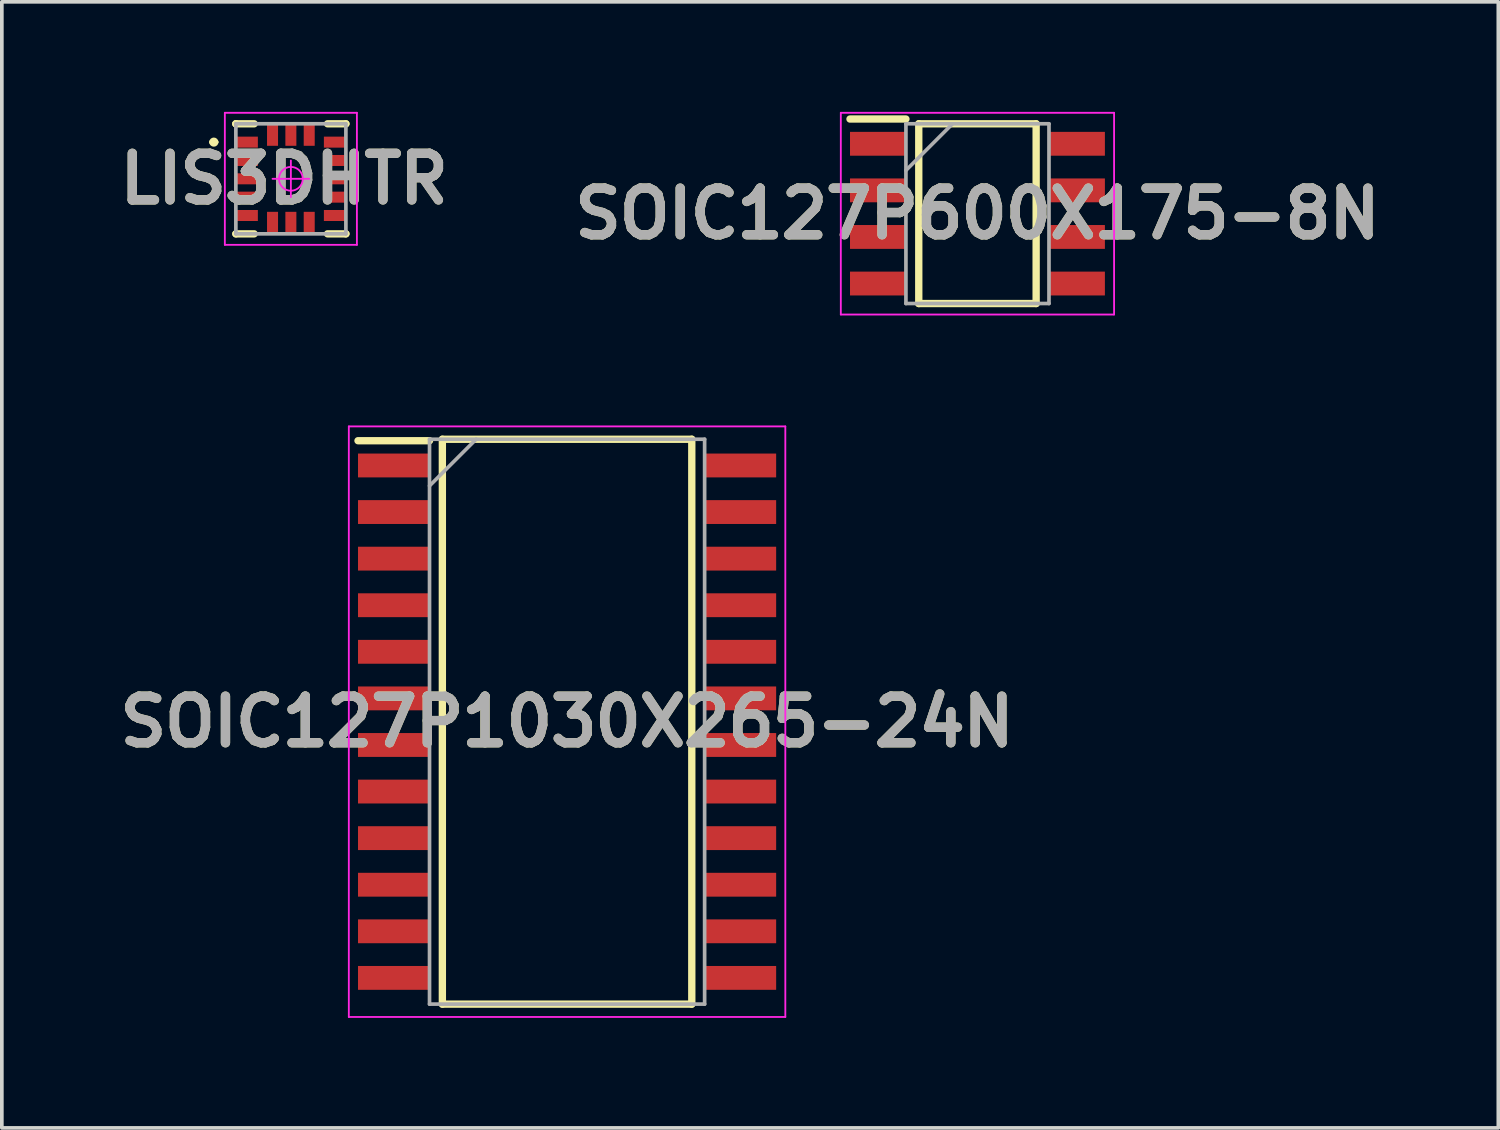
<source format=kicad_pcb>
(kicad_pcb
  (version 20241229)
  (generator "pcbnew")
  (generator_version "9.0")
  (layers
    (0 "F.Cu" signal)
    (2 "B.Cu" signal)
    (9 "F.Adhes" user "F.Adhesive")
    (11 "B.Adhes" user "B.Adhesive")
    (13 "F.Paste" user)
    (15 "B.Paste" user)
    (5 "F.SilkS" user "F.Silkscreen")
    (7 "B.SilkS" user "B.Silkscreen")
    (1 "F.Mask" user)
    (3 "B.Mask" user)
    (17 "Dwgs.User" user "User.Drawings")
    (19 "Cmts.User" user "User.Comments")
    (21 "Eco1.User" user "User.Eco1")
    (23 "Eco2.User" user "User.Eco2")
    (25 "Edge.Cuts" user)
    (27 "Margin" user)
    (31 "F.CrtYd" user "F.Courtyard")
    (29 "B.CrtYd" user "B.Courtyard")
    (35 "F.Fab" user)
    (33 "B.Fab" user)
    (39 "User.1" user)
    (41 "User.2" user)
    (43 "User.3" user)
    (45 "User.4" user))
  (footprint "SOIC127P1030X265-24N"
    (layer "F.Cu")
    (at 12.41 16.625)
    (property "Reference" "SOIC127P1030X265-24N" (at 0 0 0) (layer "F.SilkS") (effects (font (size 1.27 1.27) (thickness 0.254))))
    (attr smd)
    (fp_line (start -5.7 -7.66) (end -3.75 -7.66) (stroke (width 0.2) (type solid)) (layer "F.SilkS"))
    (fp_line (start -3.4 -7.7) (end 3.4 -7.7) (stroke (width 0.2) (type solid)) (layer "F.SilkS"))
    (fp_line (start -3.4 7.7) (end -3.4 -7.7) (stroke (width 0.2) (type solid)) (layer "F.SilkS"))
    (fp_line (start 3.4 -7.7) (end 3.4 7.7) (stroke (width 0.2) (type solid)) (layer "F.SilkS"))
    (fp_line (start 3.4 7.7) (end -3.4 7.7) (stroke (width 0.2) (type solid)) (layer "F.SilkS"))
    (fp_line (start -5.95 -8.05) (end 5.95 -8.05) (stroke (width 0.05) (type solid)) (layer "F.CrtYd"))
    (fp_line (start -5.95 8.05) (end -5.95 -8.05) (stroke (width 0.05) (type solid)) (layer "F.CrtYd"))
    (fp_line (start 5.95 -8.05) (end 5.95 8.05) (stroke (width 0.05) (type solid)) (layer "F.CrtYd"))
    (fp_line (start 5.95 8.05) (end -5.95 8.05) (stroke (width 0.05) (type solid)) (layer "F.CrtYd"))
    (fp_line (start -3.75 -7.7) (end 3.75 -7.7) (stroke (width 0.1) (type solid)) (layer "F.Fab"))
    (fp_line (start -3.75 -6.43) (end -2.48 -7.7) (stroke (width 0.1) (type solid)) (layer "F.Fab"))
    (fp_line (start -3.75 7.7) (end -3.75 -7.7) (stroke (width 0.1) (type solid)) (layer "F.Fab"))
    (fp_line (start 3.75 -7.7) (end 3.75 7.7) (stroke (width 0.1) (type solid)) (layer "F.Fab"))
    (fp_line (start 3.75 7.7) (end -3.75 7.7) (stroke (width 0.1) (type solid)) (layer "F.Fab"))
    (fp_text user "${REFERENCE}" (at 0 0 0) (layer "F.Fab") (effects (font (size 1.27 1.27) (thickness 0.254))))
    (pad "1" smd rect (at -4.725 -6.985 90) (size 0.65 1.95) (layers "F.Cu" "F.Mask" "F.Paste"))
    (pad "2" smd rect (at -4.725 -5.715 90) (size 0.65 1.95) (layers "F.Cu" "F.Mask" "F.Paste"))
    (pad "3" smd rect (at -4.725 -4.445 90) (size 0.65 1.95) (layers "F.Cu" "F.Mask" "F.Paste"))
    (pad "4" smd rect (at -4.725 -3.175 90) (size 0.65 1.95) (layers "F.Cu" "F.Mask" "F.Paste"))
    (pad "5" smd rect (at -4.725 -1.905 90) (size 0.65 1.95) (layers "F.Cu" "F.Mask" "F.Paste"))
    (pad "6" smd rect (at -4.725 -0.635 90) (size 0.65 1.95) (layers "F.Cu" "F.Mask" "F.Paste"))
    (pad "7" smd rect (at -4.725 0.635 90) (size 0.65 1.95) (layers "F.Cu" "F.Mask" "F.Paste"))
    (pad "8" smd rect (at -4.725 1.905 90) (size 0.65 1.95) (layers "F.Cu" "F.Mask" "F.Paste"))
    (pad "9" smd rect (at -4.725 3.175 90) (size 0.65 1.95) (layers "F.Cu" "F.Mask" "F.Paste"))
    (pad "10" smd rect (at -4.725 4.445 90) (size 0.65 1.95) (layers "F.Cu" "F.Mask" "F.Paste"))
    (pad "11" smd rect (at -4.725 5.715 90) (size 0.65 1.95) (layers "F.Cu" "F.Mask" "F.Paste"))
    (pad "12" smd rect (at -4.725 6.985 90) (size 0.65 1.95) (layers "F.Cu" "F.Mask" "F.Paste"))
    (pad "13" smd rect (at 4.725 6.985 90) (size 0.65 1.95) (layers "F.Cu" "F.Mask" "F.Paste"))
    (pad "14" smd rect (at 4.725 5.715 90) (size 0.65 1.95) (layers "F.Cu" "F.Mask" "F.Paste"))
    (pad "15" smd rect (at 4.725 4.445 90) (size 0.65 1.95) (layers "F.Cu" "F.Mask" "F.Paste"))
    (pad "16" smd rect (at 4.725 3.175 90) (size 0.65 1.95) (layers "F.Cu" "F.Mask" "F.Paste"))
    (pad "17" smd rect (at 4.725 1.905 90) (size 0.65 1.95) (layers "F.Cu" "F.Mask" "F.Paste"))
    (pad "18" smd rect (at 4.725 0.635 90) (size 0.65 1.95) (layers "F.Cu" "F.Mask" "F.Paste"))
    (pad "19" smd rect (at 4.725 -0.635 90) (size 0.65 1.95) (layers "F.Cu" "F.Mask" "F.Paste"))
    (pad "20" smd rect (at 4.725 -1.905 90) (size 0.65 1.95) (layers "F.Cu" "F.Mask" "F.Paste"))
    (pad "21" smd rect (at 4.725 -3.175 90) (size 0.65 1.95) (layers "F.Cu" "F.Mask" "F.Paste"))
    (pad "22" smd rect (at 4.725 -4.445 90) (size 0.65 1.95) (layers "F.Cu" "F.Mask" "F.Paste"))
    (pad "23" smd rect (at 4.725 -5.715 90) (size 0.65 1.95) (layers "F.Cu" "F.Mask" "F.Paste"))
    (pad "24" smd rect (at 4.725 -6.985 90) (size 0.65 1.95) (layers "F.Cu" "F.Mask" "F.Paste")))
  (footprint "LIS3DHTR"
    (layer "F.Cu")
    (at 4.88 1.825)
    (property "Reference" "LIS3DHTR" (at -0.181 0 0) (layer "F.SilkS") (effects (font (size 1.27 1.27) (thickness 0.254))))
    (attr smd)
    (fp_line (start -2.163 -1) (end -2.163 -1) (stroke (width 0.125) (type solid)) (layer "F.SilkS"))
    (fp_line (start -2.038 -1) (end -2.038 -1) (stroke (width 0.125) (type solid)) (layer "F.SilkS"))
    (fp_line (start -1.5 -1.5) (end -1.5 -1.5) (stroke (width 0.2) (type solid)) (layer "F.SilkS"))
    (fp_line (start -1.5 -1.5) (end -1.5 -1.5) (stroke (width 0.2) (type solid)) (layer "F.SilkS"))
    (fp_line (start -1.5 -1.5) (end -1 -1.5) (stroke (width 0.2) (type solid)) (layer "F.SilkS"))
    (fp_line (start -1.5 1.5) (end -1.5 1.5) (stroke (width 0.2) (type solid)) (layer "F.SilkS"))
    (fp_line (start -1.5 1.5) (end -1 1.5) (stroke (width 0.2) (type solid)) (layer "F.SilkS"))
    (fp_line (start 1.5 -1.5) (end 1 -1.5) (stroke (width 0.2) (type solid)) (layer "F.SilkS"))
    (fp_line (start 1.5 -1.5) (end 1.5 -1.5) (stroke (width 0.2) (type solid)) (layer "F.SilkS"))
    (fp_line (start 1.5 1.5) (end 1 1.5) (stroke (width 0.2) (type solid)) (layer "F.SilkS"))
    (fp_line (start 1.5 1.5) (end 1.5 1.5) (stroke (width 0.2) (type solid)) (layer "F.SilkS"))
    (fp_arc (start -2.163 -1.001) (mid -2.1 -1.063) (end -2.038 -1) (stroke (width 0.125) (type solid)) (layer "F.SilkS"))
    (fp_arc (start -2.038 -1.001) (mid -2.1 -0.938) (end -2.163 -1) (stroke (width 0.125) (type solid)) (layer "F.SilkS"))
    (fp_line (start -1.8 -1.8) (end -1.8 1.8) (stroke (width 0.05) (type solid)) (layer "F.CrtYd"))
    (fp_line (start -1.8 1.8) (end 1.8 1.8) (stroke (width 0.05) (type solid)) (layer "F.CrtYd"))
    (fp_line (start -1.55 -1.55) (end -1.55 1.55) (stroke (width 0.001) (type solid)) (layer "F.CrtYd"))
    (fp_line (start -1.55 1.55) (end 1.55 1.55) (stroke (width 0.001) (type solid)) (layer "F.CrtYd"))
    (fp_line (start -0.5 0) (end 0.5 0) (stroke (width 0.05) (type solid)) (layer "F.CrtYd"))
    (fp_line (start -0.325 0) (end -0.325 0) (stroke (width 0.05) (type solid)) (layer "F.CrtYd"))
    (fp_line (start 0 0.5) (end 0 -0.5) (stroke (width 0.05) (type solid)) (layer "F.CrtYd"))
    (fp_line (start 0.325 0) (end 0.325 0) (stroke (width 0.05) (type solid)) (layer "F.CrtYd"))
    (fp_line (start 1.55 -1.55) (end -1.55 -1.55) (stroke (width 0.001) (type solid)) (layer "F.CrtYd"))
    (fp_line (start 1.55 1.55) (end 1.55 -1.55) (stroke (width 0.001) (type solid)) (layer "F.CrtYd"))
    (fp_line (start 1.8 -1.8) (end -1.8 -1.8) (stroke (width 0.05) (type solid)) (layer "F.CrtYd"))
    (fp_line (start 1.8 1.8) (end 1.8 -1.8) (stroke (width 0.05) (type solid)) (layer "F.CrtYd"))
    (fp_arc (start -0.325 0) (mid 0 -0.325) (end 0.325 0) (stroke (width 0.05) (type solid)) (layer "F.CrtYd"))
    (fp_arc (start 0.325 0) (mid 0 0.325) (end -0.325 0) (stroke (width 0.05) (type solid)) (layer "F.CrtYd"))
    (fp_line (start -1.5 -1.5) (end -1.5 1.5) (stroke (width 0.1) (type solid)) (layer "F.Fab"))
    (fp_line (start -1.5 1.5) (end 1.5 1.5) (stroke (width 0.1) (type solid)) (layer "F.Fab"))
    (fp_line (start 1.5 -1.5) (end -1.5 -1.5) (stroke (width 0.1) (type solid)) (layer "F.Fab"))
    (fp_line (start 1.5 1.5) (end 1.5 -1.5) (stroke (width 0.1) (type solid)) (layer "F.Fab"))
    (fp_text user "${REFERENCE}" (at -0.181 0 0) (layer "F.Fab") (effects (font (size 1.27 1.27) (thickness 0.254))))
    (pad "1" smd rect (at -1.2 -1 90) (size 0.3 0.6) (layers "F.Cu" "F.Mask" "F.Paste"))
    (pad "2" smd rect (at -1.2 -0.5 90) (size 0.3 0.6) (layers "F.Cu" "F.Mask" "F.Paste"))
    (pad "3" smd rect (at -1.2 0 90) (size 0.3 0.6) (layers "F.Cu" "F.Mask" "F.Paste"))
    (pad "4" smd rect (at -1.2 0.5 90) (size 0.3 0.6) (layers "F.Cu" "F.Mask" "F.Paste"))
    (pad "5" smd rect (at -1.2 1 90) (size 0.3 0.6) (layers "F.Cu" "F.Mask" "F.Paste"))
    (pad "6" smd rect (at -0.5 1.2) (size 0.3 0.6) (layers "F.Cu" "F.Mask" "F.Paste"))
    (pad "7" smd rect (at 0 1.2) (size 0.3 0.6) (layers "F.Cu" "F.Mask" "F.Paste"))
    (pad "8" smd rect (at 0.5 1.2) (size 0.3 0.6) (layers "F.Cu" "F.Mask" "F.Paste"))
    (pad "9" smd rect (at 1.2 1 90) (size 0.3 0.6) (layers "F.Cu" "F.Mask" "F.Paste"))
    (pad "10" smd rect (at 1.2 0.5 90) (size 0.3 0.6) (layers "F.Cu" "F.Mask" "F.Paste"))
    (pad "11" smd rect (at 1.2 0 90) (size 0.3 0.6) (layers "F.Cu" "F.Mask" "F.Paste"))
    (pad "12" smd rect (at 1.2 -0.5 90) (size 0.3 0.6) (layers "F.Cu" "F.Mask" "F.Paste"))
    (pad "13" smd rect (at 1.2 -1 90) (size 0.3 0.6) (layers "F.Cu" "F.Mask" "F.Paste"))
    (pad "14" smd rect (at 0.5 -1.2) (size 0.3 0.6) (layers "F.Cu" "F.Mask" "F.Paste"))
    (pad "15" smd rect (at 0 -1.2) (size 0.3 0.6) (layers "F.Cu" "F.Mask" "F.Paste"))
    (pad "16" smd rect (at -0.5 -1.2) (size 0.3 0.6) (layers "F.Cu" "F.Mask" "F.Paste")))
  (footprint "SOIC127P600X175-8N"
    (layer "F.Cu")
    (at 23.598 2.775)
    (property "Reference" "SOIC127P600X175-8N" (at 0 0 0) (layer "F.SilkS") (effects (font (size 1.27 1.27) (thickness 0.254))))
    (attr smd)
    (fp_line (start -3.475 -2.58) (end -1.95 -2.58) (stroke (width 0.2) (type solid)) (layer "F.SilkS"))
    (fp_line (start -1.6 -2.45) (end 1.6 -2.45) (stroke (width 0.2) (type solid)) (layer "F.SilkS"))
    (fp_line (start -1.6 2.45) (end -1.6 -2.45) (stroke (width 0.2) (type solid)) (layer "F.SilkS"))
    (fp_line (start 1.6 -2.45) (end 1.6 2.45) (stroke (width 0.2) (type solid)) (layer "F.SilkS"))
    (fp_line (start 1.6 2.45) (end -1.6 2.45) (stroke (width 0.2) (type solid)) (layer "F.SilkS"))
    (fp_line (start -3.725 -2.75) (end 3.725 -2.75) (stroke (width 0.05) (type solid)) (layer "F.CrtYd"))
    (fp_line (start -3.725 2.75) (end -3.725 -2.75) (stroke (width 0.05) (type solid)) (layer "F.CrtYd"))
    (fp_line (start 3.725 -2.75) (end 3.725 2.75) (stroke (width 0.05) (type solid)) (layer "F.CrtYd"))
    (fp_line (start 3.725 2.75) (end -3.725 2.75) (stroke (width 0.05) (type solid)) (layer "F.CrtYd"))
    (fp_line (start -1.95 -2.45) (end 1.95 -2.45) (stroke (width 0.1) (type solid)) (layer "F.Fab"))
    (fp_line (start -1.95 -1.18) (end -0.68 -2.45) (stroke (width 0.1) (type solid)) (layer "F.Fab"))
    (fp_line (start -1.95 2.45) (end -1.95 -2.45) (stroke (width 0.1) (type solid)) (layer "F.Fab"))
    (fp_line (start 1.95 -2.45) (end 1.95 2.45) (stroke (width 0.1) (type solid)) (layer "F.Fab"))
    (fp_line (start 1.95 2.45) (end -1.95 2.45) (stroke (width 0.1) (type solid)) (layer "F.Fab"))
    (fp_text user "${REFERENCE}" (at 0 0 0) (layer "F.Fab") (effects (font (size 1.27 1.27) (thickness 0.254))))
    (pad "1" smd rect (at -2.712 -1.905 90) (size 0.65 1.525) (layers "F.Cu" "F.Mask" "F.Paste"))
    (pad "2" smd rect (at -2.712 -0.635 90) (size 0.65 1.525) (layers "F.Cu" "F.Mask" "F.Paste"))
    (pad "3" smd rect (at -2.712 0.635 90) (size 0.65 1.525) (layers "F.Cu" "F.Mask" "F.Paste"))
    (pad "4" smd rect (at -2.712 1.905 90) (size 0.65 1.525) (layers "F.Cu" "F.Mask" "F.Paste"))
    (pad "5" smd rect (at 2.712 1.905 90) (size 0.65 1.525) (layers "F.Cu" "F.Mask" "F.Paste"))
    (pad "6" smd rect (at 2.712 0.635 90) (size 0.65 1.525) (layers "F.Cu" "F.Mask" "F.Paste"))
    (pad "7" smd rect (at 2.712 -0.635 90) (size 0.65 1.525) (layers "F.Cu" "F.Mask" "F.Paste"))
    (pad "8" smd rect (at 2.712 -1.905 90) (size 0.65 1.525) (layers "F.Cu" "F.Mask" "F.Paste")))
  (gr_rect
    (start -3 -3)
    (end 37.798 27.7)
    (stroke (width 0.1) (type default))
    (fill no)
    (layer "Edge.Cuts")))
</source>
